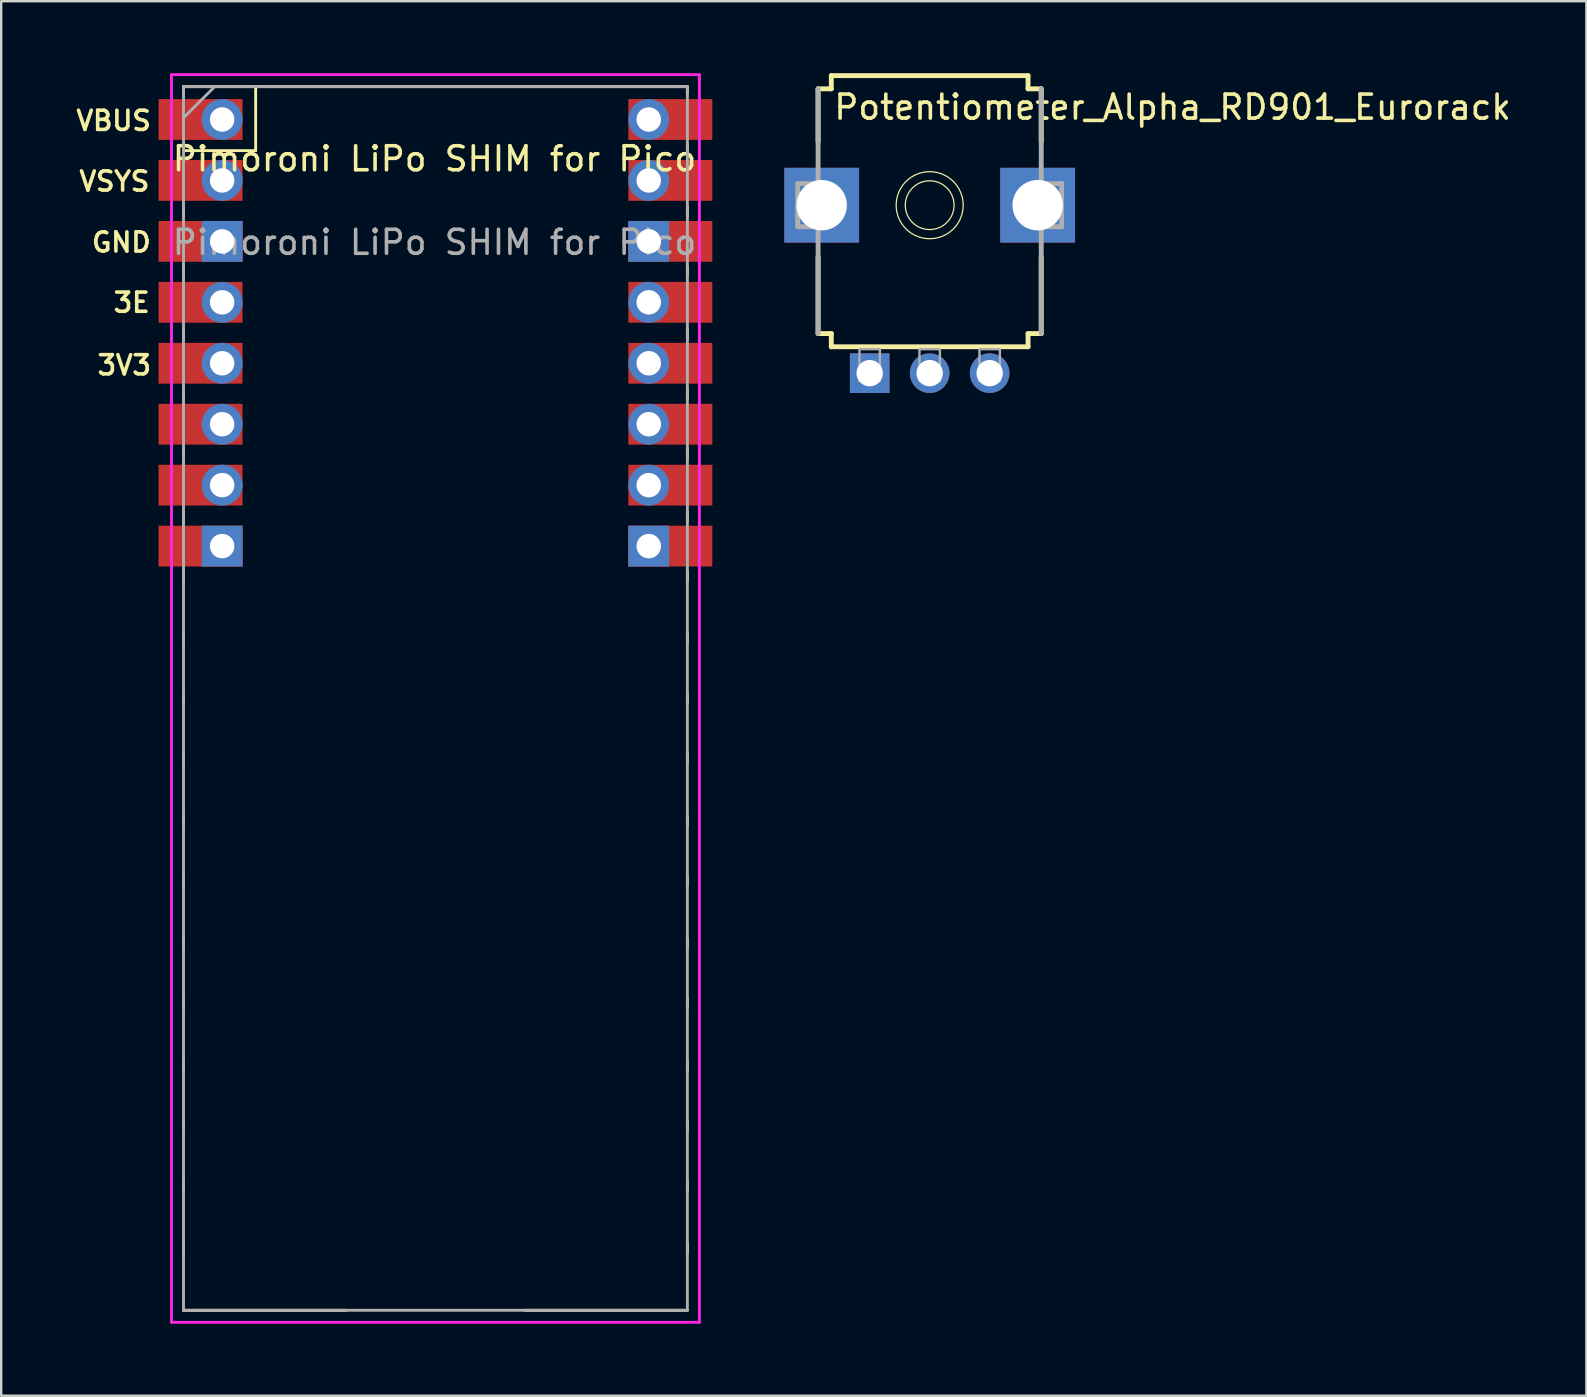
<source format=kicad_pcb>
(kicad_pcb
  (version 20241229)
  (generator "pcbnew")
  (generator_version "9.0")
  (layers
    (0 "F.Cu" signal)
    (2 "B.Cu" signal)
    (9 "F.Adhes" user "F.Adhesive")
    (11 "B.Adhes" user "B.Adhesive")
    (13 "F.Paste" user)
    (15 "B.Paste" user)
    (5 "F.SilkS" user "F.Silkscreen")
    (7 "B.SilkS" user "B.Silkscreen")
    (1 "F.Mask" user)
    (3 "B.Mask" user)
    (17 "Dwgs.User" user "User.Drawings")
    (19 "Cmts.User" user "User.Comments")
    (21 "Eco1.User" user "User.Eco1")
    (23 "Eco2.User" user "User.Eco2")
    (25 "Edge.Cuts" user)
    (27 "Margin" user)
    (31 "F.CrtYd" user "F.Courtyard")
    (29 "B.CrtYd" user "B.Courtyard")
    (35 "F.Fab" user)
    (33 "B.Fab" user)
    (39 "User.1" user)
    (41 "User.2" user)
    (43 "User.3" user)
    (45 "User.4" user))
  (footprint "Pimoroni LiPo SHIM for Pico"
    (layer "F.Cu")
    (at 15.098 26.06)
    (property "Reference" "Pimoroni LiPo SHIM for Pico" (at -0.04 -22.49 0) (layer "F.SilkS") (effects (font (size 1 1) (thickness 0.15))))
    (attr through_hole)
    (fp_line (start -10.5 -25.5) (end -10.5 -25.2) (stroke (width 0.12) (type solid)) (layer "F.SilkS"))
    (fp_line (start -10.5 -25.5) (end 10.5 -25.5) (stroke (width 0.12) (type solid)) (layer "F.SilkS"))
    (fp_line (start -10.5 -23.1) (end -10.5 -22.7) (stroke (width 0.12) (type solid)) (layer "F.SilkS"))
    (fp_line (start -10.5 -22.833) (end -7.493 -22.833) (stroke (width 0.12) (type solid)) (layer "F.SilkS"))
    (fp_line (start -10.5 -20.5) (end -10.5 -20.1) (stroke (width 0.12) (type solid)) (layer "F.SilkS"))
    (fp_line (start -10.5 -18) (end -10.5 -17.6) (stroke (width 0.12) (type solid)) (layer "F.SilkS"))
    (fp_line (start -10.5 -15.4) (end -10.5 -15) (stroke (width 0.12) (type solid)) (layer "F.SilkS"))
    (fp_line (start -10.5 -12.9) (end -10.5 -12.5) (stroke (width 0.12) (type solid)) (layer "F.SilkS"))
    (fp_line (start -10.5 -10.4) (end -10.5 -10) (stroke (width 0.12) (type solid)) (layer "F.SilkS"))
    (fp_line (start -10.5 -7.8) (end -10.5 -7.4) (stroke (width 0.12) (type solid)) (layer "F.SilkS"))
    (fp_line (start -10.5 -5.3) (end -10.5 -4.9) (stroke (width 0.12) (type solid)) (layer "F.SilkS"))
    (fp_line (start -10.5 -2.7) (end -10.5 -2.3) (stroke (width 0.12) (type solid)) (layer "F.SilkS"))
    (fp_line (start -10.5 -0.2) (end -10.5 0.2) (stroke (width 0.12) (type solid)) (layer "F.SilkS"))
    (fp_line (start -10.5 2.3) (end -10.5 2.7) (stroke (width 0.12) (type solid)) (layer "F.SilkS"))
    (fp_line (start -10.5 4.9) (end -10.5 5.3) (stroke (width 0.12) (type solid)) (layer "F.SilkS"))
    (fp_line (start -10.5 7.4) (end -10.5 7.8) (stroke (width 0.12) (type solid)) (layer "F.SilkS"))
    (fp_line (start -10.5 10) (end -10.5 10.4) (stroke (width 0.12) (type solid)) (layer "F.SilkS"))
    (fp_line (start -10.5 12.5) (end -10.5 12.9) (stroke (width 0.12) (type solid)) (layer "F.SilkS"))
    (fp_line (start -10.5 15.1) (end -10.5 15.5) (stroke (width 0.12) (type solid)) (layer "F.SilkS"))
    (fp_line (start -10.5 17.6) (end -10.5 18) (stroke (width 0.12) (type solid)) (layer "F.SilkS"))
    (fp_line (start -10.5 20.1) (end -10.5 20.5) (stroke (width 0.12) (type solid)) (layer "F.SilkS"))
    (fp_line (start -10.5 22.7) (end -10.5 23.1) (stroke (width 0.12) (type solid)) (layer "F.SilkS"))
    (fp_line (start -7.493 -22.833) (end -7.493 -25.5) (stroke (width 0.12) (type solid)) (layer "F.SilkS"))
    (fp_line (start -3.7 25.5) (end -10.5 25.5) (stroke (width 0.12) (type solid)) (layer "F.SilkS"))
    (fp_line (start 10.5 -25.5) (end 10.5 -25.2) (stroke (width 0.12) (type solid)) (layer "F.SilkS"))
    (fp_line (start 10.5 -23.1) (end 10.5 -22.7) (stroke (width 0.12) (type solid)) (layer "F.SilkS"))
    (fp_line (start 10.5 -20.5) (end 10.5 -20.1) (stroke (width 0.12) (type solid)) (layer "F.SilkS"))
    (fp_line (start 10.5 -18) (end 10.5 -17.6) (stroke (width 0.12) (type solid)) (layer "F.SilkS"))
    (fp_line (start 10.5 -15.4) (end 10.5 -15) (stroke (width 0.12) (type solid)) (layer "F.SilkS"))
    (fp_line (start 10.5 -12.9) (end 10.5 -12.5) (stroke (width 0.12) (type solid)) (layer "F.SilkS"))
    (fp_line (start 10.5 -10.4) (end 10.5 -10) (stroke (width 0.12) (type solid)) (layer "F.SilkS"))
    (fp_line (start 10.5 -7.8) (end 10.5 -7.4) (stroke (width 0.12) (type solid)) (layer "F.SilkS"))
    (fp_line (start 10.5 -5.3) (end 10.5 -4.9) (stroke (width 0.12) (type solid)) (layer "F.SilkS"))
    (fp_line (start 10.5 -2.7) (end 10.5 -2.3) (stroke (width 0.12) (type solid)) (layer "F.SilkS"))
    (fp_line (start 10.5 -0.2) (end 10.5 0.2) (stroke (width 0.12) (type solid)) (layer "F.SilkS"))
    (fp_line (start 10.5 2.3) (end 10.5 2.7) (stroke (width 0.12) (type solid)) (layer "F.SilkS"))
    (fp_line (start 10.5 4.9) (end 10.5 5.3) (stroke (width 0.12) (type solid)) (layer "F.SilkS"))
    (fp_line (start 10.5 7.4) (end 10.5 7.8) (stroke (width 0.12) (type solid)) (layer "F.SilkS"))
    (fp_line (start 10.5 10) (end 10.5 10.4) (stroke (width 0.12) (type solid)) (layer "F.SilkS"))
    (fp_line (start 10.5 12.5) (end 10.5 12.9) (stroke (width 0.12) (type solid)) (layer "F.SilkS"))
    (fp_line (start 10.5 15.1) (end 10.5 15.5) (stroke (width 0.12) (type solid)) (layer "F.SilkS"))
    (fp_line (start 10.5 17.6) (end 10.5 18) (stroke (width 0.12) (type solid)) (layer "F.SilkS"))
    (fp_line (start 10.5 20.1) (end 10.5 20.5) (stroke (width 0.12) (type solid)) (layer "F.SilkS"))
    (fp_line (start 10.5 22.7) (end 10.5 23.1) (stroke (width 0.12) (type solid)) (layer "F.SilkS"))
    (fp_line (start 10.5 25.5) (end 3.7 25.5) (stroke (width 0.12) (type solid)) (layer "F.SilkS"))
    (fp_line (start -11 -26) (end 11 -26) (stroke (width 0.12) (type solid)) (layer "F.CrtYd"))
    (fp_line (start -11 26) (end -11 -26) (stroke (width 0.12) (type solid)) (layer "F.CrtYd"))
    (fp_line (start 11 -26) (end 11 26) (stroke (width 0.12) (type solid)) (layer "F.CrtYd"))
    (fp_line (start 11 26) (end -11 26) (stroke (width 0.12) (type solid)) (layer "F.CrtYd"))
    (fp_line (start -10.5 -25.5) (end 10.5 -25.5) (stroke (width 0.12) (type solid)) (layer "F.Fab"))
    (fp_line (start -10.5 -24.2) (end -9.2 -25.5) (stroke (width 0.12) (type solid)) (layer "F.Fab"))
    (fp_line (start -10.5 25.5) (end -10.5 -25.5) (stroke (width 0.12) (type solid)) (layer "F.Fab"))
    (fp_line (start 10.5 -25.5) (end 10.5 25.5) (stroke (width 0.12) (type solid)) (layer "F.Fab"))
    (fp_line (start 10.5 25.5) (end -10.5 25.5) (stroke (width 0.12) (type solid)) (layer "F.Fab"))
    (fp_text user "VSYS" (at -13.38 -21.55 0) (layer "F.SilkS") (effects (font (size 0.8 0.8) (thickness 0.15))))
    (fp_text user "GND" (at -13.09 -19.01 0) (layer "F.SilkS") (effects (font (size 0.8 0.8) (thickness 0.15))))
    (fp_text user "3E" (at -12.66 -16.5 0) (layer "F.SilkS") (effects (font (size 0.8 0.8) (thickness 0.15))))
    (fp_text user "VBUS" (at -13.41 -24.08 0) (layer "F.SilkS") (effects (font (size 0.8 0.8) (thickness 0.15))))
    (fp_text user "3V3" (at -12.97 -13.89 0) (layer "F.SilkS") (effects (font (size 0.8 0.8) (thickness 0.15))))
    (fp_text user "${REFERENCE}" (at -0.04 -19.01 180) (layer "F.Fab") (effects (font (size 1 1) (thickness 0.15))))
    (pad "1" thru_hole oval (at 8.89 -24.13) (size 1.7 1.7) (drill 1.02) (layers "*.Cu" "*.Mask"))
    (pad "1" smd rect (at 8.89 -24.13) (size 3.5 1.7) (drill (offset 0.9 0)) (layers "F.Cu" "F.Mask"))
    (pad "2" thru_hole oval (at 8.89 -21.59) (size 1.7 1.7) (drill 1.02) (layers "*.Cu" "*.Mask"))
    (pad "2" smd rect (at 8.89 -21.59) (size 3.5 1.7) (drill (offset 0.9 0)) (layers "F.Cu" "F.Mask"))
    (pad "3" thru_hole rect (at 8.89 -19.05) (size 1.7 1.7) (drill 1.02) (layers "*.Cu" "*.Mask"))
    (pad "3" smd rect (at 8.89 -19.05) (size 3.5 1.7) (drill (offset 0.9 0)) (layers "F.Cu" "F.Mask"))
    (pad "4" thru_hole oval (at 8.89 -16.51) (size 1.7 1.7) (drill 1.02) (layers "*.Cu" "*.Mask"))
    (pad "4" smd rect (at 8.89 -16.51) (size 3.5 1.7) (drill (offset 0.9 0)) (layers "F.Cu" "F.Mask"))
    (pad "5" thru_hole oval (at 8.89 -13.97) (size 1.7 1.7) (drill 1.02) (layers "*.Cu" "*.Mask"))
    (pad "5" smd rect (at 8.89 -13.97) (size 3.5 1.7) (drill (offset 0.9 0)) (layers "F.Cu" "F.Mask"))
    (pad "6" thru_hole oval (at 8.89 -11.43) (size 1.7 1.7) (drill 1.02) (layers "*.Cu" "*.Mask"))
    (pad "6" smd rect (at 8.89 -11.43) (size 3.5 1.7) (drill (offset 0.9 0)) (layers "F.Cu" "F.Mask"))
    (pad "7" thru_hole oval (at 8.89 -8.89) (size 1.7 1.7) (drill 1.02) (layers "*.Cu" "*.Mask"))
    (pad "7" smd rect (at 8.89 -8.89) (size 3.5 1.7) (drill (offset 0.9 0)) (layers "F.Cu" "F.Mask"))
    (pad "8" thru_hole rect (at 8.89 -6.35) (size 1.7 1.7) (drill 1.02) (layers "*.Cu" "*.Mask"))
    (pad "8" smd rect (at 8.89 -6.35) (size 3.5 1.7) (drill (offset 0.9 0)) (layers "F.Cu" "F.Mask"))
    (pad "33" thru_hole rect (at -8.89 -6.35) (size 1.7 1.7) (drill 1.02) (layers "*.Cu" "*.Mask"))
    (pad "33" smd rect (at -8.89 -6.35) (size 3.5 1.7) (drill (offset -0.9 0)) (layers "F.Cu" "F.Mask"))
    (pad "34" thru_hole oval (at -8.89 -8.89) (size 1.7 1.7) (drill 1.02) (layers "*.Cu" "*.Mask"))
    (pad "34" smd rect (at -8.89 -8.89) (size 3.5 1.7) (drill (offset -0.9 0)) (layers "F.Cu" "F.Mask"))
    (pad "35" thru_hole oval (at -8.89 -11.43) (size 1.7 1.7) (drill 1.02) (layers "*.Cu" "*.Mask"))
    (pad "35" smd rect (at -8.89 -11.43) (size 3.5 1.7) (drill (offset -0.9 0)) (layers "F.Cu" "F.Mask"))
    (pad "36" thru_hole oval (at -8.89 -13.97) (size 1.7 1.7) (drill 1.02) (layers "*.Cu" "*.Mask"))
    (pad "36" smd rect (at -8.89 -13.97) (size 3.5 1.7) (drill (offset -0.9 0)) (layers "F.Cu" "F.Mask"))
    (pad "37" thru_hole oval (at -8.89 -16.51) (size 1.7 1.7) (drill 1.02) (layers "*.Cu" "*.Mask"))
    (pad "37" smd rect (at -8.89 -16.51) (size 3.5 1.7) (drill (offset -0.9 0)) (layers "F.Cu" "F.Mask"))
    (pad "38" thru_hole rect (at -8.89 -19.05) (size 1.7 1.7) (drill 1.02) (layers "*.Cu" "*.Mask"))
    (pad "38" smd rect (at -8.89 -19.05) (size 3.5 1.7) (drill (offset -0.9 0)) (layers "F.Cu" "F.Mask"))
    (pad "39" thru_hole oval (at -8.89 -21.59) (size 1.7 1.7) (drill 1.02) (layers "*.Cu" "*.Mask"))
    (pad "39" smd rect (at -8.89 -21.59) (size 3.5 1.7) (drill (offset -0.9 0)) (layers "F.Cu" "F.Mask"))
    (pad "40" thru_hole oval (at -8.89 -24.13) (size 1.7 1.7) (drill 1.02) (layers "*.Cu" "*.Mask"))
    (pad "40" smd rect (at -8.89 -24.13) (size 3.5 1.7) (drill (offset -0.9 0)) (layers "F.Cu" "F.Mask")))
  (footprint "Potentiometer_Alpha_RD901_Eurorack"
    (layer "F.Cu")
    (at 35.696 5.502)
    (property "Reference" "Potentiometer_Alpha_RD901_Eurorack" (at -4.07 -3.5 0) (layer "F.SilkS") (effects (font (size 1 1) (thickness 0.15)) (justify left bottom)))
    (attr through_hole)
    (fp_line (start -4.65 -2.65) (end -4.65 -4.85) (stroke (width 0.203) (type solid)) (layer "F.SilkS"))
    (fp_line (start -4.65 5.35) (end -4.65 2.15) (stroke (width 0.203) (type solid)) (layer "F.SilkS"))
    (fp_line (start -4.65 5.35) (end -4.1 5.35) (stroke (width 0.203) (type solid)) (layer "F.SilkS"))
    (fp_line (start -4.1 -5.4) (end -4.1 -4.85) (stroke (width 0.203) (type solid)) (layer "F.SilkS"))
    (fp_line (start -4.1 -5.4) (end 4.1 -5.4) (stroke (width 0.203) (type solid)) (layer "F.SilkS"))
    (fp_line (start -4.1 -4.85) (end -4.65 -4.85) (stroke (width 0.203) (type solid)) (layer "F.SilkS"))
    (fp_line (start -4.1 5.35) (end -4.1 5.9) (stroke (width 0.203) (type solid)) (layer "F.SilkS"))
    (fp_line (start 4.1 -4.85) (end 4.1 -5.4) (stroke (width 0.203) (type solid)) (layer "F.SilkS"))
    (fp_line (start 4.1 5.35) (end 4.65 5.35) (stroke (width 0.203) (type solid)) (layer "F.SilkS"))
    (fp_line (start 4.1 5.9) (end -4.1 5.9) (stroke (width 0.203) (type solid)) (layer "F.SilkS"))
    (fp_line (start 4.1 5.9) (end 4.1 5.35) (stroke (width 0.203) (type solid)) (layer "F.SilkS"))
    (fp_line (start 4.65 -4.85) (end 4.1 -4.85) (stroke (width 0.203) (type solid)) (layer "F.SilkS"))
    (fp_line (start 4.65 -4.85) (end 4.65 -2.65) (stroke (width 0.203) (type solid)) (layer "F.SilkS"))
    (fp_line (start 4.65 2.15) (end 4.65 5.35) (stroke (width 0.203) (type solid)) (layer "F.SilkS"))
    (fp_circle (center 0 0) (end 1.016 0) (stroke (width 0.051) (type solid)) (fill no) (layer "F.SilkS"))
    (fp_circle (center 0 0) (end 1.397 0) (stroke (width 0.051) (type solid)) (fill no) (layer "F.SilkS"))
    (fp_line (start -5.5 -0.9) (end -5.5 0.9) (stroke (width 0.203) (type solid)) (layer "F.Fab"))
    (fp_line (start -5.5 0.9) (end -4.75 0.9) (stroke (width 0.203) (type solid)) (layer "F.Fab"))
    (fp_line (start -4.75 -0.9) (end -5.5 -0.9) (stroke (width 0.203) (type solid)) (layer "F.Fab"))
    (fp_line (start -4.65 5.35) (end -4.65 -4.85) (stroke (width 0.203) (type solid)) (layer "F.Fab"))
    (fp_line (start 4.65 -4.85) (end 4.65 5.35) (stroke (width 0.203) (type solid)) (layer "F.Fab"))
    (fp_line (start 4.75 0.9) (end 5.5 0.9) (stroke (width 0.203) (type solid)) (layer "F.Fab"))
    (fp_line (start 5.5 -0.9) (end 4.75 -0.9) (stroke (width 0.203) (type solid)) (layer "F.Fab"))
    (fp_line (start 5.5 0.9) (end 5.5 -0.9) (stroke (width 0.203) (type solid)) (layer "F.Fab"))
    (fp_poly (pts (xy -2.925 7.325) (xy -2.075 7.325) (xy -2.075 6) (xy -2.925 6)) (stroke (width 0.1) (type solid)) (fill no) (layer "F.Fab"))
    (fp_poly (pts (xy -0.425 7.325) (xy 0.425 7.325) (xy 0.425 6) (xy -0.425 6)) (stroke (width 0.1) (type solid)) (fill no) (layer "F.Fab"))
    (fp_poly (pts (xy 2.075 7.325) (xy 2.925 7.325) (xy 2.925 6) (xy 2.075 6)) (stroke (width 0.1) (type solid)) (fill no) (layer "F.Fab"))
    (pad "" thru_hole rect (at -4.5 0 270) (size 3.116 3.116) (drill 2.1) (layers "*.Cu" "*.Mask"))
    (pad "" thru_hole rect (at 4.5 0 270) (size 3.116 3.116) (drill 2.1) (layers "*.Cu" "*.Mask"))
    (pad "1" thru_hole rect (at -2.5 7 270) (size 1.65 1.65) (drill 1.1) (layers "*.Cu" "*.Mask"))
    (pad "2" thru_hole circle (at 0 7 270) (size 1.65 1.65) (drill 1.1) (layers "*.Cu" "*.Mask"))
    (pad "3" thru_hole circle (at 2.5 7 270) (size 1.65 1.65) (drill 1.1) (layers "*.Cu" "*.Mask")))
  (gr_rect
    (start -3 -3)
    (end 63.066 55.12)
    (stroke (width 0.1) (type default))
    (fill no)
    (layer "Edge.Cuts")))
</source>
